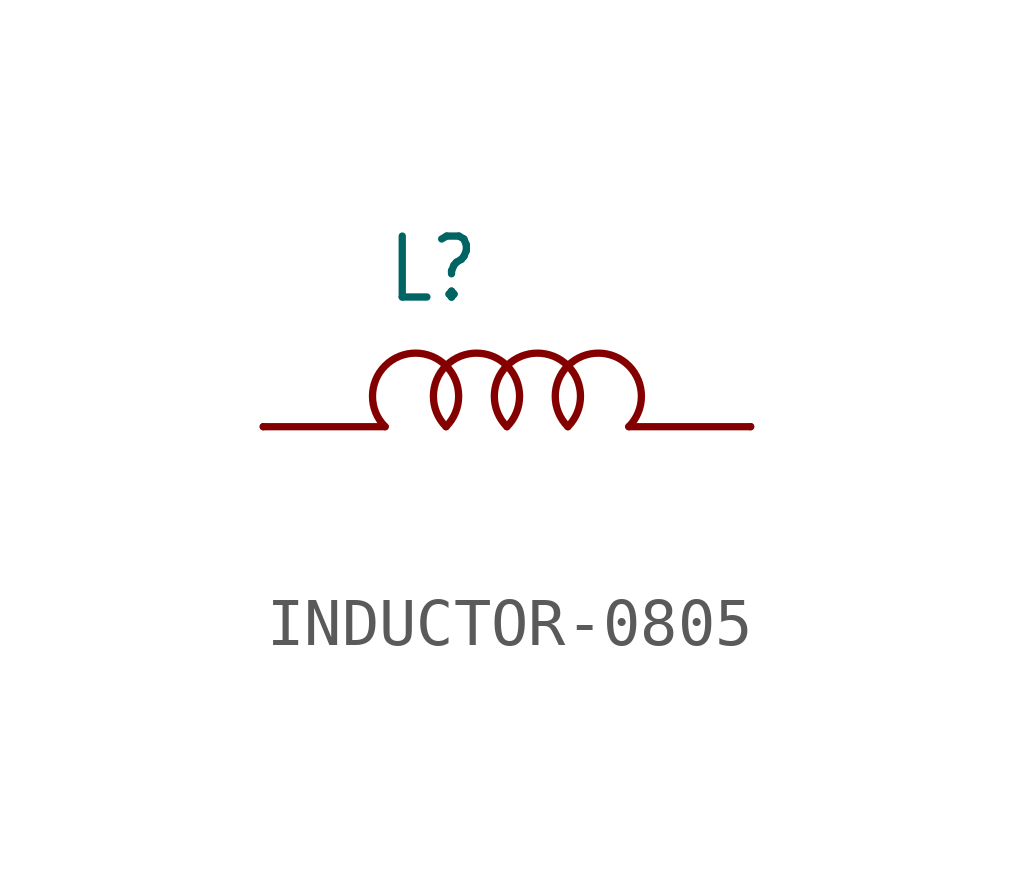
<source format=kicad_sym>
(kicad_symbol_lib
  (version 20231120)
  (generator "kicad_symbol_editor")
  (generator_version "8.0")
  (symbol "INDUCTOR-0805"
    (property "Reference" "L"
      (at -2.54 2.54 0)
      (effects (font (size 1.27 1.079)) (justify left bottom)))
    (property "Value" ""
      (at -2.54 -2.54 0)
      (effects (font (size 1.27 1.079)) (justify left bottom)))
    (property "ki_locked" ""
      (at 0 0 0)
      (effects (font (size 1.27 1.27))))
    (symbol "INDUCTOR-0805_1_0"
      (arc (start -1.2701 -0.0001) (mid -1.9049 1.5329) (end -2.54 0) (stroke (width 0.1524) (type solid)) (fill (type none)))
      (arc (start -0.0001 -0.0001) (mid -0.6349 1.5329) (end -1.27 0) (stroke (width 0.1524) (type solid)) (fill (type none)))
      (polyline (pts (xy -2.54 0) (xy -5.08 0)) (stroke (width 0.152) (type solid)) (fill (type none)))
      (polyline (pts (xy 2.54 0) (xy 5.08 0)) (stroke (width 0.152) (type solid)) (fill (type none)))
      (arc (start 1.2699 -0.0001) (mid 0.6351 1.5329) (end 0 0) (stroke (width 0.1524) (type solid)) (fill (type none)))
      (arc (start 2.5399 -0.0001) (mid 1.9051 1.5329) (end 1.27 0) (stroke (width 0.1524) (type solid)) (fill (type none)))
      (pin passive line (at -5.08 0 0) (length 0) (name "P$1" (effects (font (size 0 0)))) (number "1" (effects (font (size 0 0)))))
      (pin passive line (at 5.08 0 0) (length 0) (name "P$2" (effects (font (size 0 0)))) (number "2" (effects (font (size 0 0))))))))
</source>
